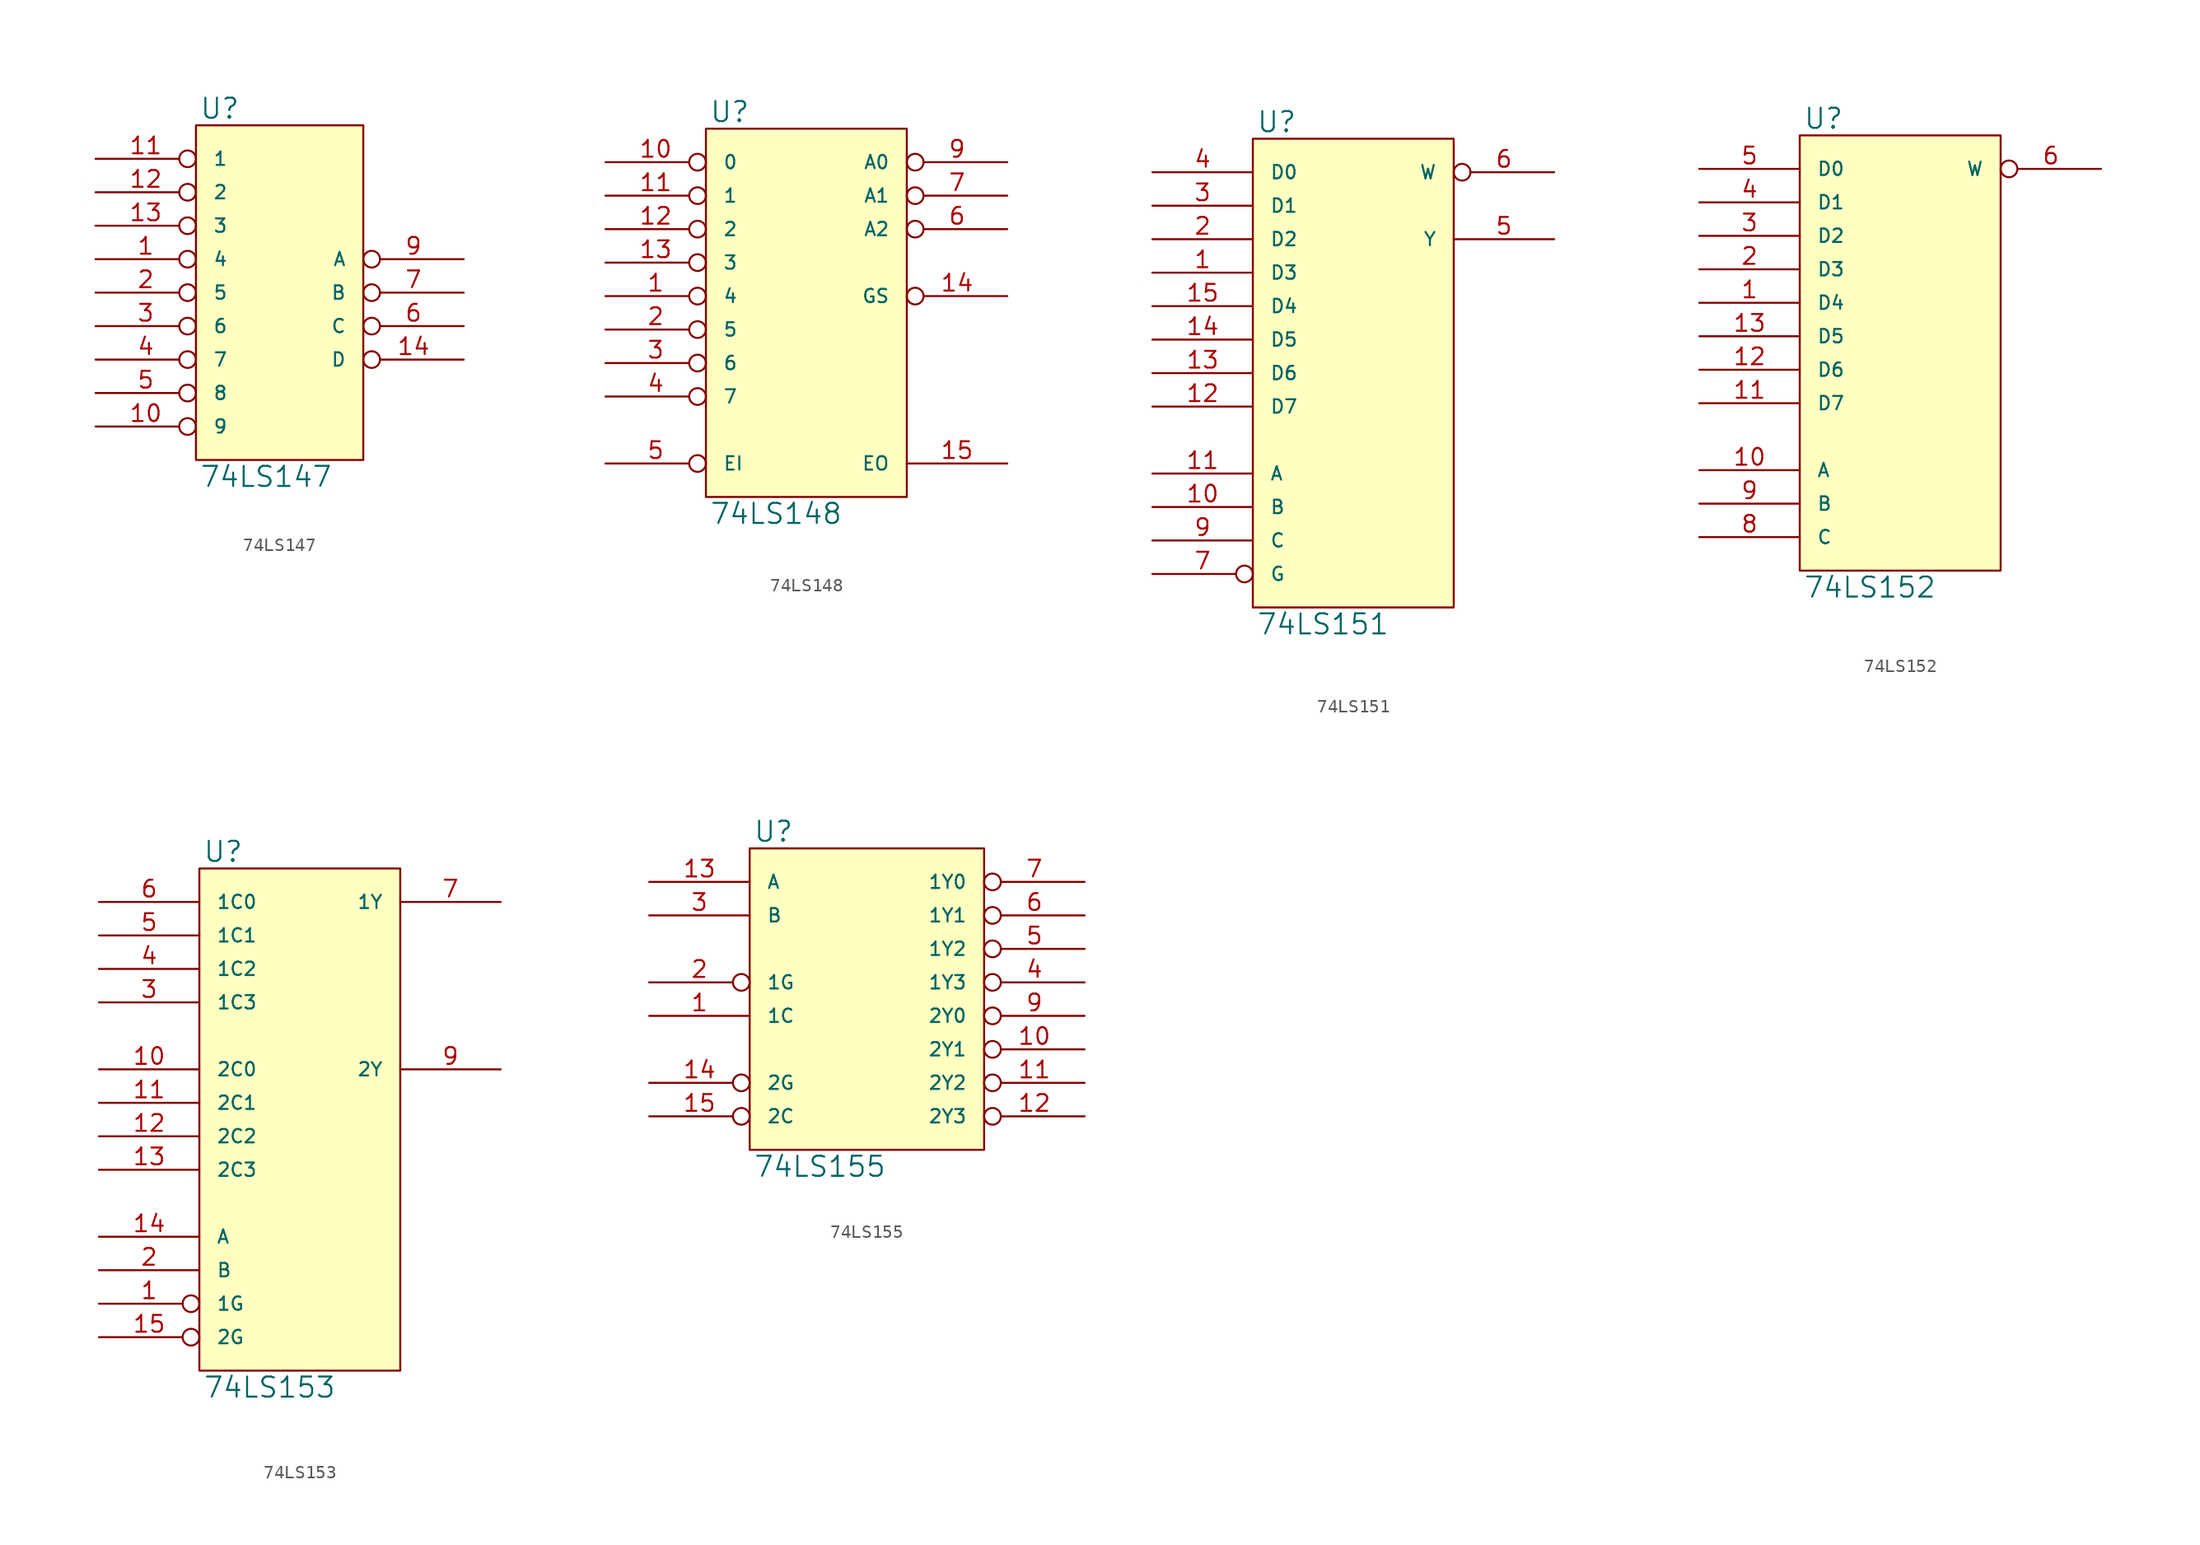
<source format=kicad_sym>
(kicad_symbol_lib
  (version 20231120)
  (generator "kicad_symbol_editor")
  (generator_version "8.0")
  (symbol "74LS147"
    (pin_names
      (offset 1.27))
    (property "Reference" "U"
      (at 0.254 0.381 0)
      (effects (font (size 1.524 1.524)) (justify left bottom)))
    (property "Value" "74LS147"
      (at 0.254 -25.781 0)
      (effects (font (size 1.524 1.524)) (justify left top)))
    (symbol "74LS147_0_1"
      (rectangle (start 0 0) (end 12.7 -25.4) (stroke (width 0) (type solid)) (fill (type background))))
    (symbol "74LS147_1_1"
      (pin input inverted (at -7.62 -10.16 0) (length 7.62) (name "4" (effects (font (size 1.016 1.016)))) (number "1" (effects (font (size 1.27 1.27)))))
      (pin input inverted (at -7.62 -22.86 0) (length 7.62) (name "9" (effects (font (size 1.016 1.016)))) (number "10" (effects (font (size 1.27 1.27)))))
      (pin input inverted (at -7.62 -2.54 0) (length 7.62) (name "1" (effects (font (size 1.016 1.016)))) (number "11" (effects (font (size 1.27 1.27)))))
      (pin input inverted (at -7.62 -5.08 0) (length 7.62) (name "2" (effects (font (size 1.016 1.016)))) (number "12" (effects (font (size 1.27 1.27)))))
      (pin input inverted (at -7.62 -7.62 0) (length 7.62) (name "3" (effects (font (size 1.016 1.016)))) (number "13" (effects (font (size 1.27 1.27)))))
      (pin output inverted (at 20.32 -17.78 180) (length 7.62) (name "D" (effects (font (size 1.016 1.016)))) (number "14" (effects (font (size 1.27 1.27)))))
      (pin power_in line (at 0 0 270) (length 0) hide (name "VCC" (effects (font (size 1.016 1.016)))) (number "16" (effects (font (size 1.27 1.27)))))
      (pin input inverted (at -7.62 -12.7 0) (length 7.62) (name "5" (effects (font (size 1.016 1.016)))) (number "2" (effects (font (size 1.27 1.27)))))
      (pin input inverted (at -7.62 -15.24 0) (length 7.62) (name "6" (effects (font (size 1.016 1.016)))) (number "3" (effects (font (size 1.27 1.27)))))
      (pin input inverted (at -7.62 -17.78 0) (length 7.62) (name "7" (effects (font (size 1.016 1.016)))) (number "4" (effects (font (size 1.27 1.27)))))
      (pin input inverted (at -7.62 -20.32 0) (length 7.62) (name "8" (effects (font (size 1.016 1.016)))) (number "5" (effects (font (size 1.27 1.27)))))
      (pin output inverted (at 20.32 -15.24 180) (length 7.62) (name "C" (effects (font (size 1.016 1.016)))) (number "6" (effects (font (size 1.27 1.27)))))
      (pin output inverted (at 20.32 -12.7 180) (length 7.62) (name "B" (effects (font (size 1.016 1.016)))) (number "7" (effects (font (size 1.27 1.27)))))
      (pin power_in line (at 0 -25.4 90) (length 0) hide (name "GND" (effects (font (size 1.016 1.016)))) (number "8" (effects (font (size 1.27 1.27)))))
      (pin output inverted (at 20.32 -10.16 180) (length 7.62) (name "A" (effects (font (size 1.016 1.016)))) (number "9" (effects (font (size 1.27 1.27)))))))
  (symbol "74LS148"
    (pin_names
      (offset 1.27))
    (property "Reference" "U"
      (at 0.254 0.381 0)
      (effects (font (size 1.524 1.524)) (justify left bottom)))
    (property "Value" "74LS148"
      (at 0.254 -28.321 0)
      (effects (font (size 1.524 1.524)) (justify left top)))
    (symbol "74LS148_0_1"
      (rectangle (start 0 0) (end 15.24 -27.94) (stroke (width 0) (type solid)) (fill (type background))))
    (symbol "74LS148_1_1"
      (pin input inverted (at -7.62 -12.7 0) (length 7.62) (name "4" (effects (font (size 1.016 1.016)))) (number "1" (effects (font (size 1.27 1.27)))))
      (pin input inverted (at -7.62 -2.54 0) (length 7.62) (name "0" (effects (font (size 1.016 1.016)))) (number "10" (effects (font (size 1.27 1.27)))))
      (pin input inverted (at -7.62 -5.08 0) (length 7.62) (name "1" (effects (font (size 1.016 1.016)))) (number "11" (effects (font (size 1.27 1.27)))))
      (pin input inverted (at -7.62 -7.62 0) (length 7.62) (name "2" (effects (font (size 1.016 1.016)))) (number "12" (effects (font (size 1.27 1.27)))))
      (pin input inverted (at -7.62 -10.16 0) (length 7.62) (name "3" (effects (font (size 1.016 1.016)))) (number "13" (effects (font (size 1.27 1.27)))))
      (pin output inverted (at 22.86 -12.7 180) (length 7.62) (name "GS" (effects (font (size 1.016 1.016)))) (number "14" (effects (font (size 1.27 1.27)))))
      (pin output line (at 22.86 -25.4 180) (length 7.62) (name "EO" (effects (font (size 1.016 1.016)))) (number "15" (effects (font (size 1.27 1.27)))))
      (pin power_in line (at 0 0 270) (length 0) hide (name "VCC" (effects (font (size 1.016 1.016)))) (number "16" (effects (font (size 1.27 1.27)))))
      (pin input inverted (at -7.62 -15.24 0) (length 7.62) (name "5" (effects (font (size 1.016 1.016)))) (number "2" (effects (font (size 1.27 1.27)))))
      (pin input inverted (at -7.62 -17.78 0) (length 7.62) (name "6" (effects (font (size 1.016 1.016)))) (number "3" (effects (font (size 1.27 1.27)))))
      (pin input inverted (at -7.62 -20.32 0) (length 7.62) (name "7" (effects (font (size 1.016 1.016)))) (number "4" (effects (font (size 1.27 1.27)))))
      (pin input inverted (at -7.62 -25.4 0) (length 7.62) (name "EI" (effects (font (size 1.016 1.016)))) (number "5" (effects (font (size 1.27 1.27)))))
      (pin output inverted (at 22.86 -7.62 180) (length 7.62) (name "A2" (effects (font (size 1.016 1.016)))) (number "6" (effects (font (size 1.27 1.27)))))
      (pin output inverted (at 22.86 -5.08 180) (length 7.62) (name "A1" (effects (font (size 1.016 1.016)))) (number "7" (effects (font (size 1.27 1.27)))))
      (pin power_in line (at 0 -27.94 90) (length 0) hide (name "GND" (effects (font (size 1.016 1.016)))) (number "8" (effects (font (size 1.27 1.27)))))
      (pin output inverted (at 22.86 -2.54 180) (length 7.62) (name "A0" (effects (font (size 1.016 1.016)))) (number "9" (effects (font (size 1.27 1.27)))))))
  (symbol "74LS151"
    (pin_names
      (offset 1.27))
    (property "Reference" "U"
      (at 0.254 0.381 0)
      (effects (font (size 1.524 1.524)) (justify left bottom)))
    (property "Value" "74LS151"
      (at 0.254 -35.941 0)
      (effects (font (size 1.524 1.524)) (justify left top)))
    (symbol "74LS151_0_1"
      (rectangle (start 0 0) (end 15.24 -35.56) (stroke (width 0) (type solid)) (fill (type background))))
    (symbol "74LS151_1_1"
      (pin input line (at -7.62 -10.16 0) (length 7.62) (name "D3" (effects (font (size 1.016 1.016)))) (number "1" (effects (font (size 1.27 1.27)))))
      (pin input line (at -7.62 -27.94 0) (length 7.62) (name "B" (effects (font (size 1.016 1.016)))) (number "10" (effects (font (size 1.27 1.27)))))
      (pin input line (at -7.62 -25.4 0) (length 7.62) (name "A" (effects (font (size 1.016 1.016)))) (number "11" (effects (font (size 1.27 1.27)))))
      (pin input line (at -7.62 -20.32 0) (length 7.62) (name "D7" (effects (font (size 1.016 1.016)))) (number "12" (effects (font (size 1.27 1.27)))))
      (pin input line (at -7.62 -17.78 0) (length 7.62) (name "D6" (effects (font (size 1.016 1.016)))) (number "13" (effects (font (size 1.27 1.27)))))
      (pin input line (at -7.62 -15.24 0) (length 7.62) (name "D5" (effects (font (size 1.016 1.016)))) (number "14" (effects (font (size 1.27 1.27)))))
      (pin input line (at -7.62 -12.7 0) (length 7.62) (name "D4" (effects (font (size 1.016 1.016)))) (number "15" (effects (font (size 1.27 1.27)))))
      (pin power_in line (at 0 0 270) (length 0) hide (name "VCC" (effects (font (size 1.016 1.016)))) (number "16" (effects (font (size 1.27 1.27)))))
      (pin input line (at -7.62 -7.62 0) (length 7.62) (name "D2" (effects (font (size 1.016 1.016)))) (number "2" (effects (font (size 1.27 1.27)))))
      (pin input line (at -7.62 -5.08 0) (length 7.62) (name "D1" (effects (font (size 1.016 1.016)))) (number "3" (effects (font (size 1.27 1.27)))))
      (pin input line (at -7.62 -2.54 0) (length 7.62) (name "D0" (effects (font (size 1.016 1.016)))) (number "4" (effects (font (size 1.27 1.27)))))
      (pin output line (at 22.86 -7.62 180) (length 7.62) (name "Y" (effects (font (size 1.016 1.016)))) (number "5" (effects (font (size 1.27 1.27)))))
      (pin output inverted (at 22.86 -2.54 180) (length 7.62) (name "W" (effects (font (size 1.016 1.016)))) (number "6" (effects (font (size 1.27 1.27)))))
      (pin input inverted (at -7.62 -33.02 0) (length 7.62) (name "G" (effects (font (size 1.016 1.016)))) (number "7" (effects (font (size 1.27 1.27)))))
      (pin power_in line (at 0 -35.56 90) (length 0) hide (name "GND" (effects (font (size 1.016 1.016)))) (number "8" (effects (font (size 1.27 1.27)))))
      (pin input line (at -7.62 -30.48 0) (length 7.62) (name "C" (effects (font (size 1.016 1.016)))) (number "9" (effects (font (size 1.27 1.27)))))))
  (symbol "74LS152"
    (pin_names
      (offset 1.27))
    (property "Reference" "U"
      (at 0.254 0.381 0)
      (effects (font (size 1.524 1.524)) (justify left bottom)))
    (property "Value" "74LS152"
      (at 0.254 -33.401 0)
      (effects (font (size 1.524 1.524)) (justify left top)))
    (symbol "74LS152_0_1"
      (rectangle (start 0 0) (end 15.24 -33.02) (stroke (width 0) (type solid)) (fill (type background))))
    (symbol "74LS152_1_1"
      (pin input line (at -7.62 -12.7 0) (length 7.62) (name "D4" (effects (font (size 1.016 1.016)))) (number "1" (effects (font (size 1.27 1.27)))))
      (pin input line (at -7.62 -25.4 0) (length 7.62) (name "A" (effects (font (size 1.016 1.016)))) (number "10" (effects (font (size 1.27 1.27)))))
      (pin input line (at -7.62 -20.32 0) (length 7.62) (name "D7" (effects (font (size 1.016 1.016)))) (number "11" (effects (font (size 1.27 1.27)))))
      (pin input line (at -7.62 -17.78 0) (length 7.62) (name "D6" (effects (font (size 1.016 1.016)))) (number "12" (effects (font (size 1.27 1.27)))))
      (pin input line (at -7.62 -15.24 0) (length 7.62) (name "D5" (effects (font (size 1.016 1.016)))) (number "13" (effects (font (size 1.27 1.27)))))
      (pin power_in line (at 0 0 270) (length 0) hide (name "VCC" (effects (font (size 1.016 1.016)))) (number "14" (effects (font (size 1.27 1.27)))))
      (pin input line (at -7.62 -10.16 0) (length 7.62) (name "D3" (effects (font (size 1.016 1.016)))) (number "2" (effects (font (size 1.27 1.27)))))
      (pin input line (at -7.62 -7.62 0) (length 7.62) (name "D2" (effects (font (size 1.016 1.016)))) (number "3" (effects (font (size 1.27 1.27)))))
      (pin input line (at -7.62 -5.08 0) (length 7.62) (name "D1" (effects (font (size 1.016 1.016)))) (number "4" (effects (font (size 1.27 1.27)))))
      (pin input line (at -7.62 -2.54 0) (length 7.62) (name "D0" (effects (font (size 1.016 1.016)))) (number "5" (effects (font (size 1.27 1.27)))))
      (pin output inverted (at 22.86 -2.54 180) (length 7.62) (name "W" (effects (font (size 1.016 1.016)))) (number "6" (effects (font (size 1.27 1.27)))))
      (pin power_in line (at 0 -33.02 90) (length 0) hide (name "GND" (effects (font (size 1.016 1.016)))) (number "7" (effects (font (size 1.27 1.27)))))
      (pin input line (at -7.62 -30.48 0) (length 7.62) (name "C" (effects (font (size 1.016 1.016)))) (number "8" (effects (font (size 1.27 1.27)))))
      (pin input line (at -7.62 -27.94 0) (length 7.62) (name "B" (effects (font (size 1.016 1.016)))) (number "9" (effects (font (size 1.27 1.27)))))))
  (symbol "74LS153"
    (pin_names
      (offset 1.27))
    (property "Reference" "U"
      (at 0.254 0.381 0)
      (effects (font (size 1.524 1.524)) (justify left bottom)))
    (property "Value" "74LS153"
      (at 0.254 -38.481 0)
      (effects (font (size 1.524 1.524)) (justify left top)))
    (symbol "74LS153_0_1"
      (rectangle (start 0 0) (end 15.24 -38.1) (stroke (width 0) (type solid)) (fill (type background))))
    (symbol "74LS153_1_1"
      (pin input inverted (at -7.62 -33.02 0) (length 7.62) (name "1G" (effects (font (size 1.016 1.016)))) (number "1" (effects (font (size 1.27 1.27)))))
      (pin input line (at -7.62 -15.24 0) (length 7.62) (name "2C0" (effects (font (size 1.016 1.016)))) (number "10" (effects (font (size 1.27 1.27)))))
      (pin input line (at -7.62 -17.78 0) (length 7.62) (name "2C1" (effects (font (size 1.016 1.016)))) (number "11" (effects (font (size 1.27 1.27)))))
      (pin input line (at -7.62 -20.32 0) (length 7.62) (name "2C2" (effects (font (size 1.016 1.016)))) (number "12" (effects (font (size 1.27 1.27)))))
      (pin input line (at -7.62 -22.86 0) (length 7.62) (name "2C3" (effects (font (size 1.016 1.016)))) (number "13" (effects (font (size 1.27 1.27)))))
      (pin input line (at -7.62 -27.94 0) (length 7.62) (name "A" (effects (font (size 1.016 1.016)))) (number "14" (effects (font (size 1.27 1.27)))))
      (pin input inverted (at -7.62 -35.56 0) (length 7.62) (name "2G" (effects (font (size 1.016 1.016)))) (number "15" (effects (font (size 1.27 1.27)))))
      (pin power_in line (at 0 0 270) (length 0) hide (name "VCC" (effects (font (size 1.016 1.016)))) (number "16" (effects (font (size 1.27 1.27)))))
      (pin input line (at -7.62 -30.48 0) (length 7.62) (name "B" (effects (font (size 1.016 1.016)))) (number "2" (effects (font (size 1.27 1.27)))))
      (pin input line (at -7.62 -10.16 0) (length 7.62) (name "1C3" (effects (font (size 1.016 1.016)))) (number "3" (effects (font (size 1.27 1.27)))))
      (pin input line (at -7.62 -7.62 0) (length 7.62) (name "1C2" (effects (font (size 1.016 1.016)))) (number "4" (effects (font (size 1.27 1.27)))))
      (pin input line (at -7.62 -5.08 0) (length 7.62) (name "1C1" (effects (font (size 1.016 1.016)))) (number "5" (effects (font (size 1.27 1.27)))))
      (pin input line (at -7.62 -2.54 0) (length 7.62) (name "1C0" (effects (font (size 1.016 1.016)))) (number "6" (effects (font (size 1.27 1.27)))))
      (pin output line (at 22.86 -2.54 180) (length 7.62) (name "1Y" (effects (font (size 1.016 1.016)))) (number "7" (effects (font (size 1.27 1.27)))))
      (pin power_in line (at 0 -38.1 90) (length 0) hide (name "GND" (effects (font (size 1.016 1.016)))) (number "8" (effects (font (size 1.27 1.27)))))
      (pin output line (at 22.86 -15.24 180) (length 7.62) (name "2Y" (effects (font (size 1.016 1.016)))) (number "9" (effects (font (size 1.27 1.27)))))))
  (symbol "74LS155"
    (pin_names
      (offset 1.27))
    (property "Reference" "U"
      (at 0.254 0.381 0)
      (effects (font (size 1.524 1.524)) (justify left bottom)))
    (property "Value" "74LS155"
      (at 0.254 -23.241 0)
      (effects (font (size 1.524 1.524)) (justify left top)))
    (symbol "74LS155_0_1"
      (rectangle (start 0 0) (end 17.78 -22.86) (stroke (width 0) (type solid)) (fill (type background))))
    (symbol "74LS155_1_1"
      (pin input line (at -7.62 -12.7 0) (length 7.62) (name "1C" (effects (font (size 1.016 1.016)))) (number "1" (effects (font (size 1.27 1.27)))))
      (pin output inverted (at 25.4 -15.24 180) (length 7.62) (name "2Y1" (effects (font (size 1.016 1.016)))) (number "10" (effects (font (size 1.27 1.27)))))
      (pin output inverted (at 25.4 -17.78 180) (length 7.62) (name "2Y2" (effects (font (size 1.016 1.016)))) (number "11" (effects (font (size 1.27 1.27)))))
      (pin output inverted (at 25.4 -20.32 180) (length 7.62) (name "2Y3" (effects (font (size 1.016 1.016)))) (number "12" (effects (font (size 1.27 1.27)))))
      (pin input line (at -7.62 -2.54 0) (length 7.62) (name "A" (effects (font (size 1.016 1.016)))) (number "13" (effects (font (size 1.27 1.27)))))
      (pin input inverted (at -7.62 -17.78 0) (length 7.62) (name "2G" (effects (font (size 1.016 1.016)))) (number "14" (effects (font (size 1.27 1.27)))))
      (pin input inverted (at -7.62 -20.32 0) (length 7.62) (name "2C" (effects (font (size 1.016 1.016)))) (number "15" (effects (font (size 1.27 1.27)))))
      (pin power_in line (at 0 0 270) (length 0) hide (name "VCC" (effects (font (size 1.016 1.016)))) (number "16" (effects (font (size 1.27 1.27)))))
      (pin input inverted (at -7.62 -10.16 0) (length 7.62) (name "1G" (effects (font (size 1.016 1.016)))) (number "2" (effects (font (size 1.27 1.27)))))
      (pin input line (at -7.62 -5.08 0) (length 7.62) (name "B" (effects (font (size 1.016 1.016)))) (number "3" (effects (font (size 1.27 1.27)))))
      (pin output inverted (at 25.4 -10.16 180) (length 7.62) (name "1Y3" (effects (font (size 1.016 1.016)))) (number "4" (effects (font (size 1.27 1.27)))))
      (pin output inverted (at 25.4 -7.62 180) (length 7.62) (name "1Y2" (effects (font (size 1.016 1.016)))) (number "5" (effects (font (size 1.27 1.27)))))
      (pin output inverted (at 25.4 -5.08 180) (length 7.62) (name "1Y1" (effects (font (size 1.016 1.016)))) (number "6" (effects (font (size 1.27 1.27)))))
      (pin output inverted (at 25.4 -2.54 180) (length 7.62) (name "1Y0" (effects (font (size 1.016 1.016)))) (number "7" (effects (font (size 1.27 1.27)))))
      (pin power_in line (at 0 -22.86 90) (length 0) hide (name "GND" (effects (font (size 1.016 1.016)))) (number "8" (effects (font (size 1.27 1.27)))))
      (pin output inverted (at 25.4 -12.7 180) (length 7.62) (name "2Y0" (effects (font (size 1.016 1.016)))) (number "9" (effects (font (size 1.27 1.27))))))))
</source>
